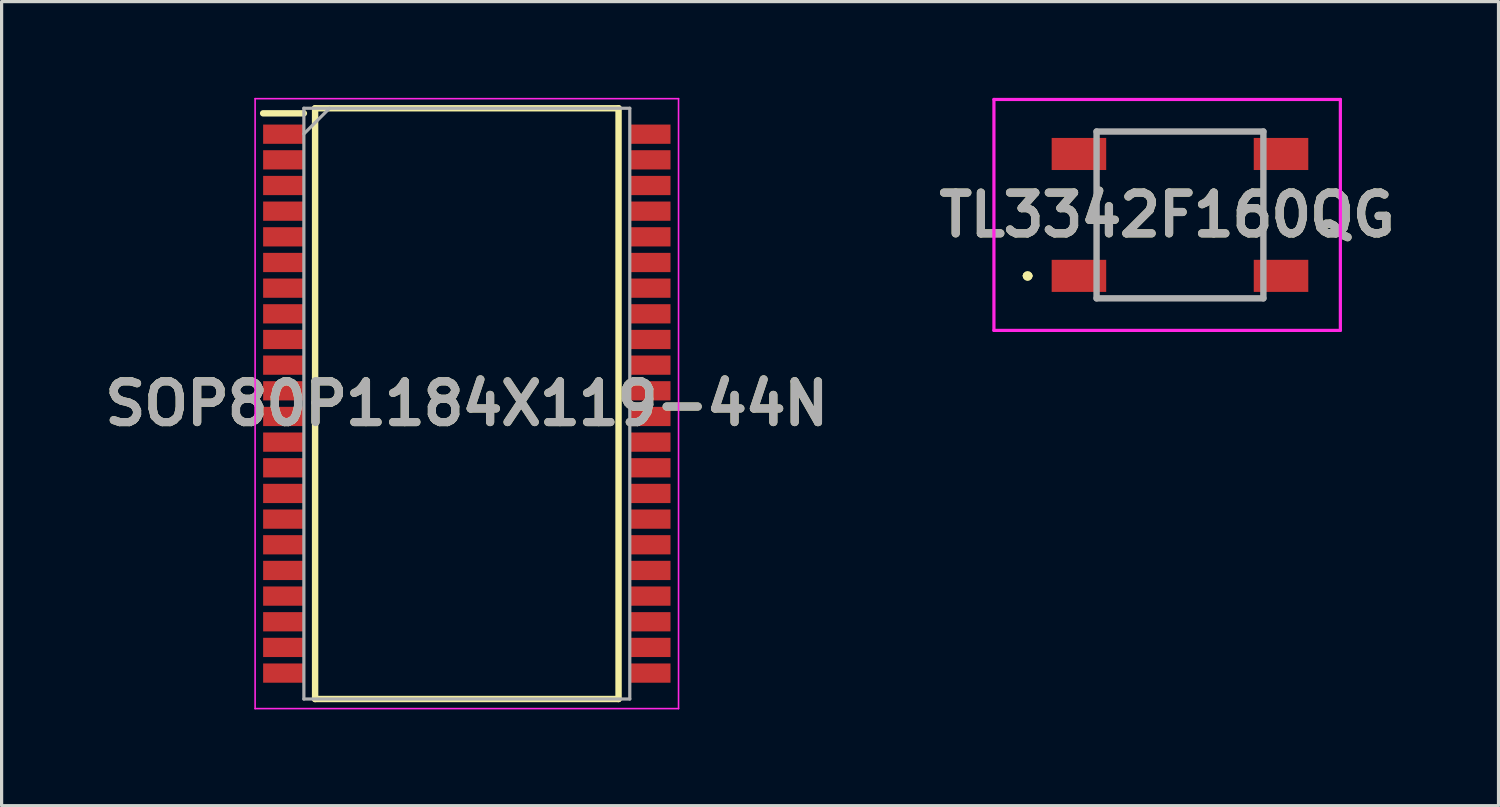
<source format=kicad_pcb>
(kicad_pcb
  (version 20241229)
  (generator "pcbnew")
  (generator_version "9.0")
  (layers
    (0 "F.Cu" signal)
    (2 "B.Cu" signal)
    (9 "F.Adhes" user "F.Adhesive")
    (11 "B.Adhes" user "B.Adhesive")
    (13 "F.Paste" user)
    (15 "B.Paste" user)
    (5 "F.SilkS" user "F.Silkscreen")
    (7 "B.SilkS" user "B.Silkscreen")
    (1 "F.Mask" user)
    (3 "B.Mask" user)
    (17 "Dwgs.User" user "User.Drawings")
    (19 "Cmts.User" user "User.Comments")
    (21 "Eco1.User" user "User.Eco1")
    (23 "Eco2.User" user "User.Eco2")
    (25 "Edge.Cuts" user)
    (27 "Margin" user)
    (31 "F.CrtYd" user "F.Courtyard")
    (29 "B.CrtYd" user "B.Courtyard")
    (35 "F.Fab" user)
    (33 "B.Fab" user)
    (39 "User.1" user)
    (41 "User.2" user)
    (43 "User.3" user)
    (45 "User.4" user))
  (footprint "TL3342F160QG"
    (layer "F.Cu")
    (at 33.735 3.65)
    (property "Reference" "TL3342F160QG" (at -0.4 0 0) (layer "F.SilkS") (effects (font (size 1.27 1.27) (thickness 0.254))))
    (attr smd)
    (fp_line (start -4.8 1.9) (end -4.8 1.9) (stroke (width 0.2) (type solid)) (layer "F.SilkS"))
    (fp_line (start -4.8 1.9) (end -4.8 1.9) (stroke (width 0.2) (type solid)) (layer "F.SilkS"))
    (fp_line (start -4.7 1.9) (end -4.7 1.9) (stroke (width 0.2) (type solid)) (layer "F.SilkS"))
    (fp_line (start -2.6 -0.75) (end -2.6 -0.75) (stroke (width 0.1) (type solid)) (layer "F.SilkS"))
    (fp_line (start -2.6 -0.75) (end -2.6 0.75) (stroke (width 0.1) (type solid)) (layer "F.SilkS"))
    (fp_line (start -2.6 0.75) (end -2.6 -0.75) (stroke (width 0.1) (type solid)) (layer "F.SilkS"))
    (fp_line (start -2.6 0.75) (end -2.6 0.75) (stroke (width 0.1) (type solid)) (layer "F.SilkS"))
    (fp_line (start -1.75 -2.6) (end -1.75 -2.6) (stroke (width 0.1) (type solid)) (layer "F.SilkS"))
    (fp_line (start -1.75 -2.6) (end 1.5 -2.6) (stroke (width 0.1) (type solid)) (layer "F.SilkS"))
    (fp_line (start -1.75 2.6) (end -1.75 2.6) (stroke (width 0.1) (type solid)) (layer "F.SilkS"))
    (fp_line (start -1.75 2.6) (end 1.5 2.6) (stroke (width 0.1) (type solid)) (layer "F.SilkS"))
    (fp_line (start 1.5 -2.6) (end -1.75 -2.6) (stroke (width 0.1) (type solid)) (layer "F.SilkS"))
    (fp_line (start 1.5 -2.6) (end 1.5 -2.6) (stroke (width 0.1) (type solid)) (layer "F.SilkS"))
    (fp_line (start 1.5 2.6) (end -1.75 2.6) (stroke (width 0.1) (type solid)) (layer "F.SilkS"))
    (fp_line (start 1.5 2.6) (end 1.5 2.6) (stroke (width 0.1) (type solid)) (layer "F.SilkS"))
    (fp_line (start 2.6 -0.75) (end 2.6 -0.75) (stroke (width 0.1) (type solid)) (layer "F.SilkS"))
    (fp_line (start 2.6 -0.75) (end 2.6 0.75) (stroke (width 0.1) (type solid)) (layer "F.SilkS"))
    (fp_line (start 2.6 0.75) (end 2.6 -0.75) (stroke (width 0.1) (type solid)) (layer "F.SilkS"))
    (fp_line (start 2.6 0.75) (end 2.6 0.75) (stroke (width 0.1) (type solid)) (layer "F.SilkS"))
    (fp_arc (start -4.8 1.9) (mid -4.75 1.85) (end -4.7 1.9) (stroke (width 0.2) (type solid)) (layer "F.SilkS"))
    (fp_arc (start -4.7 1.9) (mid -4.75 1.95) (end -4.8 1.9) (stroke (width 0.2) (type solid)) (layer "F.SilkS"))
    (fp_arc (start -4.7 1.9) (mid -4.75 1.95) (end -4.8 1.9) (stroke (width 0.2) (type solid)) (layer "F.SilkS"))
    (fp_line (start -5.8 -3.6) (end 5 -3.6) (stroke (width 0.1) (type solid)) (layer "F.CrtYd"))
    (fp_line (start -5.8 3.6) (end -5.8 -3.6) (stroke (width 0.1) (type solid)) (layer "F.CrtYd"))
    (fp_line (start 5 -3.6) (end 5 3.6) (stroke (width 0.1) (type solid)) (layer "F.CrtYd"))
    (fp_line (start 5 3.6) (end -5.8 3.6) (stroke (width 0.1) (type solid)) (layer "F.CrtYd"))
    (fp_line (start -2.6 -2.6) (end -2.6 2.6) (stroke (width 0.2) (type solid)) (layer "F.Fab"))
    (fp_line (start -2.6 2.6) (end 2.6 2.6) (stroke (width 0.2) (type solid)) (layer "F.Fab"))
    (fp_line (start 2.6 -2.6) (end -2.6 -2.6) (stroke (width 0.2) (type solid)) (layer "F.Fab"))
    (fp_line (start 2.6 2.6) (end 2.6 -2.6) (stroke (width 0.2) (type solid)) (layer "F.Fab"))
    (fp_text user "${REFERENCE}" (at -0.4 0 0) (layer "F.Fab") (effects (font (size 1.27 1.27) (thickness 0.254))))
    (pad "1" smd rect (at -3.15 1.9 90) (size 1 1.7) (layers "F.Cu" "F.Mask" "F.Paste"))
    (pad "2" smd rect (at 3.15 1.9 90) (size 1 1.7) (layers "F.Cu" "F.Mask" "F.Paste"))
    (pad "3" smd rect (at -3.15 -1.9 90) (size 1 1.7) (layers "F.Cu" "F.Mask" "F.Paste"))
    (pad "4" smd rect (at 3.15 -1.9 90) (size 1 1.7) (layers "F.Cu" "F.Mask" "F.Paste")))
  (footprint "SOP80P1184X119-44N"
    (layer "F.Cu")
    (at 11.503 9.533)
    (property "Reference" "SOP80P1184X119-44N" (at 0 0 0) (layer "F.SilkS") (effects (font (size 1.27 1.27) (thickness 0.254))))
    (attr smd)
    (fp_line (start -6.35 -9.05) (end -5.08 -9.05) (stroke (width 0.2) (type solid)) (layer "F.SilkS"))
    (fp_line (start -4.73 -9.208) (end 4.73 -9.208) (stroke (width 0.2) (type solid)) (layer "F.SilkS"))
    (fp_line (start -4.73 9.208) (end -4.73 -9.208) (stroke (width 0.2) (type solid)) (layer "F.SilkS"))
    (fp_line (start 4.73 -9.208) (end 4.73 9.208) (stroke (width 0.2) (type solid)) (layer "F.SilkS"))
    (fp_line (start 4.73 9.208) (end -4.73 9.208) (stroke (width 0.2) (type solid)) (layer "F.SilkS"))
    (fp_line (start -6.6 -9.508) (end 6.6 -9.508) (stroke (width 0.05) (type solid)) (layer "F.CrtYd"))
    (fp_line (start -6.6 9.508) (end -6.6 -9.508) (stroke (width 0.05) (type solid)) (layer "F.CrtYd"))
    (fp_line (start 6.6 -9.508) (end 6.6 9.508) (stroke (width 0.05) (type solid)) (layer "F.CrtYd"))
    (fp_line (start 6.6 9.508) (end -6.6 9.508) (stroke (width 0.05) (type solid)) (layer "F.CrtYd"))
    (fp_line (start -5.08 -9.208) (end 5.08 -9.208) (stroke (width 0.1) (type solid)) (layer "F.Fab"))
    (fp_line (start -5.08 -8.408) (end -4.28 -9.208) (stroke (width 0.1) (type solid)) (layer "F.Fab"))
    (fp_line (start -5.08 9.208) (end -5.08 -9.208) (stroke (width 0.1) (type solid)) (layer "F.Fab"))
    (fp_line (start 5.08 -9.208) (end 5.08 9.208) (stroke (width 0.1) (type solid)) (layer "F.Fab"))
    (fp_line (start 5.08 9.208) (end -5.08 9.208) (stroke (width 0.1) (type solid)) (layer "F.Fab"))
    (fp_text user "${REFERENCE}" (at 0 0 0) (layer "F.Fab") (effects (font (size 1.27 1.27) (thickness 0.254))))
    (pad "1" smd rect (at -5.715 -8.4 90) (size 0.6 1.27) (layers "F.Cu" "F.Mask" "F.Paste"))
    (pad "2" smd rect (at -5.715 -7.6 90) (size 0.6 1.27) (layers "F.Cu" "F.Mask" "F.Paste"))
    (pad "3" smd rect (at -5.715 -6.8 90) (size 0.6 1.27) (layers "F.Cu" "F.Mask" "F.Paste"))
    (pad "4" smd rect (at -5.715 -6 90) (size 0.6 1.27) (layers "F.Cu" "F.Mask" "F.Paste"))
    (pad "5" smd rect (at -5.715 -5.2 90) (size 0.6 1.27) (layers "F.Cu" "F.Mask" "F.Paste"))
    (pad "6" smd rect (at -5.715 -4.4 90) (size 0.6 1.27) (layers "F.Cu" "F.Mask" "F.Paste"))
    (pad "7" smd rect (at -5.715 -3.6 90) (size 0.6 1.27) (layers "F.Cu" "F.Mask" "F.Paste"))
    (pad "8" smd rect (at -5.715 -2.8 90) (size 0.6 1.27) (layers "F.Cu" "F.Mask" "F.Paste"))
    (pad "9" smd rect (at -5.715 -2 90) (size 0.6 1.27) (layers "F.Cu" "F.Mask" "F.Paste"))
    (pad "10" smd rect (at -5.715 -1.2 90) (size 0.6 1.27) (layers "F.Cu" "F.Mask" "F.Paste"))
    (pad "11" smd rect (at -5.715 -0.4 90) (size 0.6 1.27) (layers "F.Cu" "F.Mask" "F.Paste"))
    (pad "12" smd rect (at -5.715 0.4 90) (size 0.6 1.27) (layers "F.Cu" "F.Mask" "F.Paste"))
    (pad "13" smd rect (at -5.715 1.2 90) (size 0.6 1.27) (layers "F.Cu" "F.Mask" "F.Paste"))
    (pad "14" smd rect (at -5.715 2 90) (size 0.6 1.27) (layers "F.Cu" "F.Mask" "F.Paste"))
    (pad "15" smd rect (at -5.715 2.8 90) (size 0.6 1.27) (layers "F.Cu" "F.Mask" "F.Paste"))
    (pad "16" smd rect (at -5.715 3.6 90) (size 0.6 1.27) (layers "F.Cu" "F.Mask" "F.Paste"))
    (pad "17" smd rect (at -5.715 4.4 90) (size 0.6 1.27) (layers "F.Cu" "F.Mask" "F.Paste"))
    (pad "18" smd rect (at -5.715 5.2 90) (size 0.6 1.27) (layers "F.Cu" "F.Mask" "F.Paste"))
    (pad "19" smd rect (at -5.715 6 90) (size 0.6 1.27) (layers "F.Cu" "F.Mask" "F.Paste"))
    (pad "20" smd rect (at -5.715 6.8 90) (size 0.6 1.27) (layers "F.Cu" "F.Mask" "F.Paste"))
    (pad "21" smd rect (at -5.715 7.6 90) (size 0.6 1.27) (layers "F.Cu" "F.Mask" "F.Paste"))
    (pad "22" smd rect (at -5.715 8.4 90) (size 0.6 1.27) (layers "F.Cu" "F.Mask" "F.Paste"))
    (pad "23" smd rect (at 5.715 8.4 90) (size 0.6 1.27) (layers "F.Cu" "F.Mask" "F.Paste"))
    (pad "24" smd rect (at 5.715 7.6 90) (size 0.6 1.27) (layers "F.Cu" "F.Mask" "F.Paste"))
    (pad "25" smd rect (at 5.715 6.8 90) (size 0.6 1.27) (layers "F.Cu" "F.Mask" "F.Paste"))
    (pad "26" smd rect (at 5.715 6 90) (size 0.6 1.27) (layers "F.Cu" "F.Mask" "F.Paste"))
    (pad "27" smd rect (at 5.715 5.2 90) (size 0.6 1.27) (layers "F.Cu" "F.Mask" "F.Paste"))
    (pad "28" smd rect (at 5.715 4.4 90) (size 0.6 1.27) (layers "F.Cu" "F.Mask" "F.Paste"))
    (pad "29" smd rect (at 5.715 3.6 90) (size 0.6 1.27) (layers "F.Cu" "F.Mask" "F.Paste"))
    (pad "30" smd rect (at 5.715 2.8 90) (size 0.6 1.27) (layers "F.Cu" "F.Mask" "F.Paste"))
    (pad "31" smd rect (at 5.715 2 90) (size 0.6 1.27) (layers "F.Cu" "F.Mask" "F.Paste"))
    (pad "32" smd rect (at 5.715 1.2 90) (size 0.6 1.27) (layers "F.Cu" "F.Mask" "F.Paste"))
    (pad "33" smd rect (at 5.715 0.4 90) (size 0.6 1.27) (layers "F.Cu" "F.Mask" "F.Paste"))
    (pad "34" smd rect (at 5.715 -0.4 90) (size 0.6 1.27) (layers "F.Cu" "F.Mask" "F.Paste"))
    (pad "35" smd rect (at 5.715 -1.2 90) (size 0.6 1.27) (layers "F.Cu" "F.Mask" "F.Paste"))
    (pad "36" smd rect (at 5.715 -2 90) (size 0.6 1.27) (layers "F.Cu" "F.Mask" "F.Paste"))
    (pad "37" smd rect (at 5.715 -2.8 90) (size 0.6 1.27) (layers "F.Cu" "F.Mask" "F.Paste"))
    (pad "38" smd rect (at 5.715 -3.6 90) (size 0.6 1.27) (layers "F.Cu" "F.Mask" "F.Paste"))
    (pad "39" smd rect (at 5.715 -4.4 90) (size 0.6 1.27) (layers "F.Cu" "F.Mask" "F.Paste"))
    (pad "40" smd rect (at 5.715 -5.2 90) (size 0.6 1.27) (layers "F.Cu" "F.Mask" "F.Paste"))
    (pad "41" smd rect (at 5.715 -6 90) (size 0.6 1.27) (layers "F.Cu" "F.Mask" "F.Paste"))
    (pad "42" smd rect (at 5.715 -6.8 90) (size 0.6 1.27) (layers "F.Cu" "F.Mask" "F.Paste"))
    (pad "43" smd rect (at 5.715 -7.6 90) (size 0.6 1.27) (layers "F.Cu" "F.Mask" "F.Paste"))
    (pad "44" smd rect (at 5.715 -8.4 90) (size 0.6 1.27) (layers "F.Cu" "F.Mask" "F.Paste")))
  (gr_rect
    (start -3 -3)
    (end 43.665 22.066)
    (stroke (width 0.1) (type default))
    (fill no)
    (layer "Edge.Cuts")))
</source>
